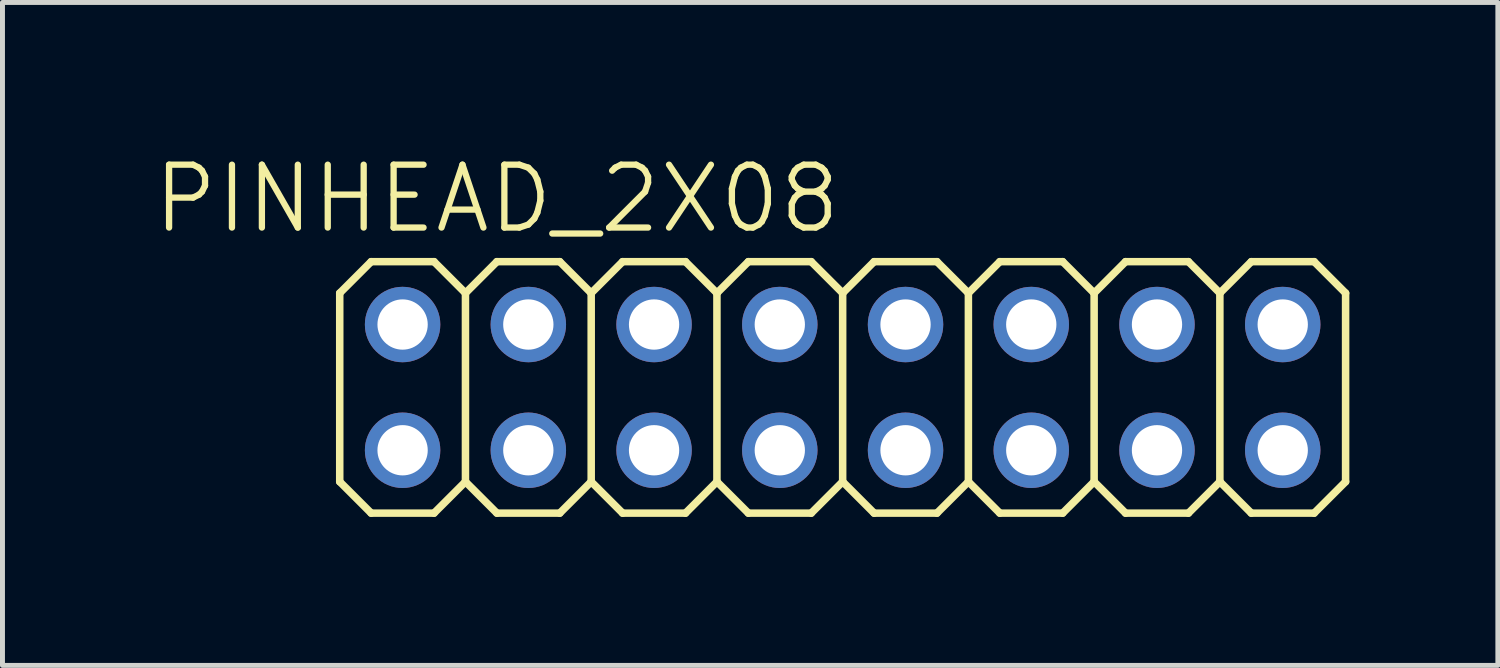
<source format=kicad_pcb>
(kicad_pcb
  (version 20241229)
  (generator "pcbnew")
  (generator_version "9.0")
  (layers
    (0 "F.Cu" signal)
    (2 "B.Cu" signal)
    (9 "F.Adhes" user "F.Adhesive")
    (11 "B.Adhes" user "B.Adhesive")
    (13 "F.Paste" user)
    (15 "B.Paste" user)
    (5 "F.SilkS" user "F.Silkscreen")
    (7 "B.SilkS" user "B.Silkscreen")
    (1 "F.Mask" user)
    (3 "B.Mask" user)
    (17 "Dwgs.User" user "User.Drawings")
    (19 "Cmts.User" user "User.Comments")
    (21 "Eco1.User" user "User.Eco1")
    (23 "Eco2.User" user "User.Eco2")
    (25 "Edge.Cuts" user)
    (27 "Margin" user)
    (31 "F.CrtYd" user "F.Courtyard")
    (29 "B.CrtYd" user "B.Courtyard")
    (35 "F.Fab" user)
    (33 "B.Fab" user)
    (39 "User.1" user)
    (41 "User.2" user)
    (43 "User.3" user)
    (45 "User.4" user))
  (footprint "PINHEAD_2X08"
    (layer "F.Cu")
    (at 13.973 4.776)
    (property "Reference" "PINHEAD_2X08" (at -6.985 -3.81 0) (layer "F.SilkS") (effects (font (size 1.27 1.27) (thickness 0.127))))
    (attr exclude_from_pos_files exclude_from_bom)
    (fp_line (start -10.16 -1.905) (end -9.525 -2.54) (stroke (width 0.152) (type solid)) (layer "F.SilkS"))
    (fp_line (start -10.16 1.905) (end -10.16 -1.905) (stroke (width 0.152) (type solid)) (layer "F.SilkS"))
    (fp_line (start -10.16 1.905) (end -9.525 2.54) (stroke (width 0.152) (type solid)) (layer "F.SilkS"))
    (fp_line (start -9.525 -2.54) (end -8.255 -2.54) (stroke (width 0.152) (type solid)) (layer "F.SilkS"))
    (fp_line (start -9.525 2.54) (end -8.255 2.54) (stroke (width 0.152) (type solid)) (layer "F.SilkS"))
    (fp_line (start -8.255 -2.54) (end -7.62 -1.905) (stroke (width 0.152) (type solid)) (layer "F.SilkS"))
    (fp_line (start -8.255 2.54) (end -7.62 1.905) (stroke (width 0.152) (type solid)) (layer "F.SilkS"))
    (fp_line (start -7.62 -1.905) (end -7.62 1.905) (stroke (width 0.152) (type solid)) (layer "F.SilkS"))
    (fp_line (start -7.62 -1.905) (end -6.985 -2.54) (stroke (width 0.152) (type solid)) (layer "F.SilkS"))
    (fp_line (start -7.62 1.905) (end -6.985 2.54) (stroke (width 0.152) (type solid)) (layer "F.SilkS"))
    (fp_line (start -6.985 -2.54) (end -5.715 -2.54) (stroke (width 0.152) (type solid)) (layer "F.SilkS"))
    (fp_line (start -6.985 2.54) (end -5.715 2.54) (stroke (width 0.152) (type solid)) (layer "F.SilkS"))
    (fp_line (start -5.715 -2.54) (end -5.08 -1.905) (stroke (width 0.152) (type solid)) (layer "F.SilkS"))
    (fp_line (start -5.715 2.54) (end -5.08 1.905) (stroke (width 0.152) (type solid)) (layer "F.SilkS"))
    (fp_line (start -5.08 -1.905) (end -5.08 1.905) (stroke (width 0.152) (type solid)) (layer "F.SilkS"))
    (fp_line (start -5.08 -1.905) (end -4.445 -2.54) (stroke (width 0.152) (type solid)) (layer "F.SilkS"))
    (fp_line (start -5.08 1.905) (end -4.445 2.54) (stroke (width 0.152) (type solid)) (layer "F.SilkS"))
    (fp_line (start -4.445 -2.54) (end -3.175 -2.54) (stroke (width 0.152) (type solid)) (layer "F.SilkS"))
    (fp_line (start -4.445 2.54) (end -3.175 2.54) (stroke (width 0.152) (type solid)) (layer "F.SilkS"))
    (fp_line (start -3.175 -2.54) (end -2.54 -1.905) (stroke (width 0.152) (type solid)) (layer "F.SilkS"))
    (fp_line (start -3.175 2.54) (end -2.54 1.905) (stroke (width 0.152) (type solid)) (layer "F.SilkS"))
    (fp_line (start -2.54 -1.905) (end -2.54 1.905) (stroke (width 0.152) (type solid)) (layer "F.SilkS"))
    (fp_line (start -2.54 -1.905) (end -1.905 -2.54) (stroke (width 0.152) (type solid)) (layer "F.SilkS"))
    (fp_line (start -2.54 1.905) (end -1.905 2.54) (stroke (width 0.152) (type solid)) (layer "F.SilkS"))
    (fp_line (start -1.905 -2.54) (end -0.635 -2.54) (stroke (width 0.152) (type solid)) (layer "F.SilkS"))
    (fp_line (start -1.905 2.54) (end -0.635 2.54) (stroke (width 0.152) (type solid)) (layer "F.SilkS"))
    (fp_line (start -0.635 -2.54) (end 0 -1.905) (stroke (width 0.152) (type solid)) (layer "F.SilkS"))
    (fp_line (start -0.635 2.54) (end 0 1.905) (stroke (width 0.152) (type solid)) (layer "F.SilkS"))
    (fp_line (start 0 -1.905) (end 0 1.905) (stroke (width 0.152) (type solid)) (layer "F.SilkS"))
    (fp_line (start 0 -1.905) (end 0.635 -2.54) (stroke (width 0.152) (type solid)) (layer "F.SilkS"))
    (fp_line (start 0 1.905) (end 0.635 2.54) (stroke (width 0.152) (type solid)) (layer "F.SilkS"))
    (fp_line (start 0.635 -2.54) (end 1.905 -2.54) (stroke (width 0.152) (type solid)) (layer "F.SilkS"))
    (fp_line (start 0.635 2.54) (end 1.905 2.54) (stroke (width 0.152) (type solid)) (layer "F.SilkS"))
    (fp_line (start 1.905 -2.54) (end 2.54 -1.905) (stroke (width 0.152) (type solid)) (layer "F.SilkS"))
    (fp_line (start 1.905 2.54) (end 2.54 1.905) (stroke (width 0.152) (type solid)) (layer "F.SilkS"))
    (fp_line (start 2.54 -1.905) (end 2.54 1.905) (stroke (width 0.152) (type solid)) (layer "F.SilkS"))
    (fp_line (start 2.54 -1.905) (end 3.175 -2.54) (stroke (width 0.152) (type solid)) (layer "F.SilkS"))
    (fp_line (start 2.54 1.905) (end 3.175 2.54) (stroke (width 0.152) (type solid)) (layer "F.SilkS"))
    (fp_line (start 3.175 -2.54) (end 4.445 -2.54) (stroke (width 0.152) (type solid)) (layer "F.SilkS"))
    (fp_line (start 3.175 2.54) (end 4.445 2.54) (stroke (width 0.152) (type solid)) (layer "F.SilkS"))
    (fp_line (start 4.445 -2.54) (end 5.08 -1.905) (stroke (width 0.152) (type solid)) (layer "F.SilkS"))
    (fp_line (start 4.445 2.54) (end 5.08 1.905) (stroke (width 0.152) (type solid)) (layer "F.SilkS"))
    (fp_line (start 5.08 -1.905) (end 5.08 1.905) (stroke (width 0.152) (type solid)) (layer "F.SilkS"))
    (fp_line (start 5.08 -1.905) (end 5.715 -2.54) (stroke (width 0.152) (type solid)) (layer "F.SilkS"))
    (fp_line (start 5.08 1.905) (end 5.715 2.54) (stroke (width 0.152) (type solid)) (layer "F.SilkS"))
    (fp_line (start 5.715 -2.54) (end 6.985 -2.54) (stroke (width 0.152) (type solid)) (layer "F.SilkS"))
    (fp_line (start 5.715 2.54) (end 6.985 2.54) (stroke (width 0.152) (type solid)) (layer "F.SilkS"))
    (fp_line (start 6.985 -2.54) (end 7.62 -1.905) (stroke (width 0.152) (type solid)) (layer "F.SilkS"))
    (fp_line (start 7.62 -1.905) (end 7.62 1.905) (stroke (width 0.152) (type solid)) (layer "F.SilkS"))
    (fp_line (start 7.62 -1.905) (end 8.255 -2.54) (stroke (width 0.152) (type solid)) (layer "F.SilkS"))
    (fp_line (start 7.62 1.905) (end 6.985 2.54) (stroke (width 0.152) (type solid)) (layer "F.SilkS"))
    (fp_line (start 7.62 1.905) (end 8.255 2.54) (stroke (width 0.152) (type solid)) (layer "F.SilkS"))
    (fp_line (start 8.255 -2.54) (end 9.525 -2.54) (stroke (width 0.152) (type solid)) (layer "F.SilkS"))
    (fp_line (start 8.255 2.54) (end 9.525 2.54) (stroke (width 0.152) (type solid)) (layer "F.SilkS"))
    (fp_line (start 9.525 -2.54) (end 10.16 -1.905) (stroke (width 0.152) (type solid)) (layer "F.SilkS"))
    (fp_line (start 10.16 -1.905) (end 10.16 1.905) (stroke (width 0.152) (type solid)) (layer "F.SilkS"))
    (fp_line (start 10.16 1.905) (end 9.525 2.54) (stroke (width 0.152) (type solid)) (layer "F.SilkS"))
    (fp_line (start -9.144 -1.524) (end -8.636 -1.524) (stroke (width 0.066) (type solid)) (layer "Dwgs.User"))
    (fp_line (start -9.144 -1.016) (end -9.144 -1.524) (stroke (width 0.066) (type solid)) (layer "Dwgs.User"))
    (fp_line (start -9.144 -1.016) (end -8.636 -1.016) (stroke (width 0.066) (type solid)) (layer "Dwgs.User"))
    (fp_line (start -9.144 1.016) (end -8.636 1.016) (stroke (width 0.066) (type solid)) (layer "Dwgs.User"))
    (fp_line (start -9.144 1.524) (end -9.144 1.016) (stroke (width 0.066) (type solid)) (layer "Dwgs.User"))
    (fp_line (start -9.144 1.524) (end -8.636 1.524) (stroke (width 0.066) (type solid)) (layer "Dwgs.User"))
    (fp_line (start -8.636 -1.016) (end -8.636 -1.524) (stroke (width 0.066) (type solid)) (layer "Dwgs.User"))
    (fp_line (start -8.636 1.524) (end -8.636 1.016) (stroke (width 0.066) (type solid)) (layer "Dwgs.User"))
    (fp_line (start -6.604 -1.524) (end -6.096 -1.524) (stroke (width 0.066) (type solid)) (layer "Dwgs.User"))
    (fp_line (start -6.604 -1.016) (end -6.604 -1.524) (stroke (width 0.066) (type solid)) (layer "Dwgs.User"))
    (fp_line (start -6.604 -1.016) (end -6.096 -1.016) (stroke (width 0.066) (type solid)) (layer "Dwgs.User"))
    (fp_line (start -6.604 1.016) (end -6.096 1.016) (stroke (width 0.066) (type solid)) (layer "Dwgs.User"))
    (fp_line (start -6.604 1.524) (end -6.604 1.016) (stroke (width 0.066) (type solid)) (layer "Dwgs.User"))
    (fp_line (start -6.604 1.524) (end -6.096 1.524) (stroke (width 0.066) (type solid)) (layer "Dwgs.User"))
    (fp_line (start -6.096 -1.016) (end -6.096 -1.524) (stroke (width 0.066) (type solid)) (layer "Dwgs.User"))
    (fp_line (start -6.096 1.524) (end -6.096 1.016) (stroke (width 0.066) (type solid)) (layer "Dwgs.User"))
    (fp_line (start -4.064 -1.524) (end -3.556 -1.524) (stroke (width 0.066) (type solid)) (layer "Dwgs.User"))
    (fp_line (start -4.064 -1.016) (end -4.064 -1.524) (stroke (width 0.066) (type solid)) (layer "Dwgs.User"))
    (fp_line (start -4.064 -1.016) (end -3.556 -1.016) (stroke (width 0.066) (type solid)) (layer "Dwgs.User"))
    (fp_line (start -4.064 1.016) (end -3.556 1.016) (stroke (width 0.066) (type solid)) (layer "Dwgs.User"))
    (fp_line (start -4.064 1.524) (end -4.064 1.016) (stroke (width 0.066) (type solid)) (layer "Dwgs.User"))
    (fp_line (start -4.064 1.524) (end -3.556 1.524) (stroke (width 0.066) (type solid)) (layer "Dwgs.User"))
    (fp_line (start -3.556 -1.016) (end -3.556 -1.524) (stroke (width 0.066) (type solid)) (layer "Dwgs.User"))
    (fp_line (start -3.556 1.524) (end -3.556 1.016) (stroke (width 0.066) (type solid)) (layer "Dwgs.User"))
    (fp_line (start -1.524 -1.524) (end -1.016 -1.524) (stroke (width 0.066) (type solid)) (layer "Dwgs.User"))
    (fp_line (start -1.524 -1.016) (end -1.524 -1.524) (stroke (width 0.066) (type solid)) (layer "Dwgs.User"))
    (fp_line (start -1.524 -1.016) (end -1.016 -1.016) (stroke (width 0.066) (type solid)) (layer "Dwgs.User"))
    (fp_line (start -1.524 1.016) (end -1.016 1.016) (stroke (width 0.066) (type solid)) (layer "Dwgs.User"))
    (fp_line (start -1.524 1.524) (end -1.524 1.016) (stroke (width 0.066) (type solid)) (layer "Dwgs.User"))
    (fp_line (start -1.524 1.524) (end -1.016 1.524) (stroke (width 0.066) (type solid)) (layer "Dwgs.User"))
    (fp_line (start -1.016 -1.016) (end -1.016 -1.524) (stroke (width 0.066) (type solid)) (layer "Dwgs.User"))
    (fp_line (start -1.016 1.524) (end -1.016 1.016) (stroke (width 0.066) (type solid)) (layer "Dwgs.User"))
    (fp_line (start 1.016 -1.524) (end 1.524 -1.524) (stroke (width 0.066) (type solid)) (layer "Dwgs.User"))
    (fp_line (start 1.016 -1.016) (end 1.016 -1.524) (stroke (width 0.066) (type solid)) (layer "Dwgs.User"))
    (fp_line (start 1.016 -1.016) (end 1.524 -1.016) (stroke (width 0.066) (type solid)) (layer "Dwgs.User"))
    (fp_line (start 1.016 1.016) (end 1.524 1.016) (stroke (width 0.066) (type solid)) (layer "Dwgs.User"))
    (fp_line (start 1.016 1.524) (end 1.016 1.016) (stroke (width 0.066) (type solid)) (layer "Dwgs.User"))
    (fp_line (start 1.016 1.524) (end 1.524 1.524) (stroke (width 0.066) (type solid)) (layer "Dwgs.User"))
    (fp_line (start 1.524 -1.016) (end 1.524 -1.524) (stroke (width 0.066) (type solid)) (layer "Dwgs.User"))
    (fp_line (start 1.524 1.524) (end 1.524 1.016) (stroke (width 0.066) (type solid)) (layer "Dwgs.User"))
    (fp_line (start 3.556 -1.524) (end 4.064 -1.524) (stroke (width 0.066) (type solid)) (layer "Dwgs.User"))
    (fp_line (start 3.556 -1.016) (end 3.556 -1.524) (stroke (width 0.066) (type solid)) (layer "Dwgs.User"))
    (fp_line (start 3.556 -1.016) (end 4.064 -1.016) (stroke (width 0.066) (type solid)) (layer "Dwgs.User"))
    (fp_line (start 3.556 1.016) (end 4.064 1.016) (stroke (width 0.066) (type solid)) (layer "Dwgs.User"))
    (fp_line (start 3.556 1.524) (end 3.556 1.016) (stroke (width 0.066) (type solid)) (layer "Dwgs.User"))
    (fp_line (start 3.556 1.524) (end 4.064 1.524) (stroke (width 0.066) (type solid)) (layer "Dwgs.User"))
    (fp_line (start 4.064 -1.016) (end 4.064 -1.524) (stroke (width 0.066) (type solid)) (layer "Dwgs.User"))
    (fp_line (start 4.064 1.524) (end 4.064 1.016) (stroke (width 0.066) (type solid)) (layer "Dwgs.User"))
    (fp_line (start 6.096 -1.524) (end 6.604 -1.524) (stroke (width 0.066) (type solid)) (layer "Dwgs.User"))
    (fp_line (start 6.096 -1.016) (end 6.096 -1.524) (stroke (width 0.066) (type solid)) (layer "Dwgs.User"))
    (fp_line (start 6.096 -1.016) (end 6.604 -1.016) (stroke (width 0.066) (type solid)) (layer "Dwgs.User"))
    (fp_line (start 6.096 1.016) (end 6.604 1.016) (stroke (width 0.066) (type solid)) (layer "Dwgs.User"))
    (fp_line (start 6.096 1.524) (end 6.096 1.016) (stroke (width 0.066) (type solid)) (layer "Dwgs.User"))
    (fp_line (start 6.096 1.524) (end 6.604 1.524) (stroke (width 0.066) (type solid)) (layer "Dwgs.User"))
    (fp_line (start 6.604 -1.016) (end 6.604 -1.524) (stroke (width 0.066) (type solid)) (layer "Dwgs.User"))
    (fp_line (start 6.604 1.524) (end 6.604 1.016) (stroke (width 0.066) (type solid)) (layer "Dwgs.User"))
    (fp_line (start 8.636 -1.524) (end 9.144 -1.524) (stroke (width 0.066) (type solid)) (layer "Dwgs.User"))
    (fp_line (start 8.636 -1.016) (end 8.636 -1.524) (stroke (width 0.066) (type solid)) (layer "Dwgs.User"))
    (fp_line (start 8.636 -1.016) (end 9.144 -1.016) (stroke (width 0.066) (type solid)) (layer "Dwgs.User"))
    (fp_line (start 8.636 1.016) (end 9.144 1.016) (stroke (width 0.066) (type solid)) (layer "Dwgs.User"))
    (fp_line (start 8.636 1.524) (end 8.636 1.016) (stroke (width 0.066) (type solid)) (layer "Dwgs.User"))
    (fp_line (start 8.636 1.524) (end 9.144 1.524) (stroke (width 0.066) (type solid)) (layer "Dwgs.User"))
    (fp_line (start 9.144 -1.016) (end 9.144 -1.524) (stroke (width 0.066) (type solid)) (layer "Dwgs.User"))
    (fp_line (start 9.144 1.524) (end 9.144 1.016) (stroke (width 0.066) (type solid)) (layer "Dwgs.User"))
    (pad "1" thru_hole circle (at -8.89 1.27) (size 1.524 1.524) (drill 1.016) (layers "*.Cu" "*.Paste" "*.Mask"))
    (pad "2" thru_hole circle (at -8.89 -1.27) (size 1.524 1.524) (drill 1.016) (layers "*.Cu" "*.Paste" "*.Mask"))
    (pad "3" thru_hole circle (at -6.35 1.27) (size 1.524 1.524) (drill 1.016) (layers "*.Cu" "*.Paste" "*.Mask"))
    (pad "4" thru_hole circle (at -6.35 -1.27) (size 1.524 1.524) (drill 1.016) (layers "*.Cu" "*.Paste" "*.Mask"))
    (pad "5" thru_hole circle (at -3.81 1.27) (size 1.524 1.524) (drill 1.016) (layers "*.Cu" "*.Paste" "*.Mask"))
    (pad "6" thru_hole circle (at -3.81 -1.27) (size 1.524 1.524) (drill 1.016) (layers "*.Cu" "*.Paste" "*.Mask"))
    (pad "7" thru_hole circle (at -1.27 1.27) (size 1.524 1.524) (drill 1.016) (layers "*.Cu" "*.Paste" "*.Mask"))
    (pad "8" thru_hole circle (at -1.27 -1.27) (size 1.524 1.524) (drill 1.016) (layers "*.Cu" "*.Paste" "*.Mask"))
    (pad "9" thru_hole circle (at 1.27 1.27) (size 1.524 1.524) (drill 1.016) (layers "*.Cu" "*.Paste" "*.Mask"))
    (pad "10" thru_hole circle (at 1.27 -1.27) (size 1.524 1.524) (drill 1.016) (layers "*.Cu" "*.Paste" "*.Mask"))
    (pad "11" thru_hole circle (at 3.81 1.27) (size 1.524 1.524) (drill 1.016) (layers "*.Cu" "*.Paste" "*.Mask"))
    (pad "12" thru_hole circle (at 3.81 -1.27) (size 1.524 1.524) (drill 1.016) (layers "*.Cu" "*.Paste" "*.Mask"))
    (pad "13" thru_hole circle (at 6.35 1.27) (size 1.524 1.524) (drill 1.016) (layers "*.Cu" "*.Paste" "*.Mask"))
    (pad "14" thru_hole circle (at 6.35 -1.27) (size 1.524 1.524) (drill 1.016) (layers "*.Cu" "*.Paste" "*.Mask"))
    (pad "15" thru_hole circle (at 8.89 1.27) (size 1.524 1.524) (drill 1.016) (layers "*.Cu" "*.Paste" "*.Mask"))
    (pad "16" thru_hole circle (at 8.89 -1.27) (size 1.524 1.524) (drill 1.016) (layers "*.Cu" "*.Paste" "*.Mask")))
  (gr_rect
    (start -3 -3)
    (end 27.209 10.392)
    (stroke (width 0.1) (type default))
    (fill no)
    (layer "Edge.Cuts")))
</source>
